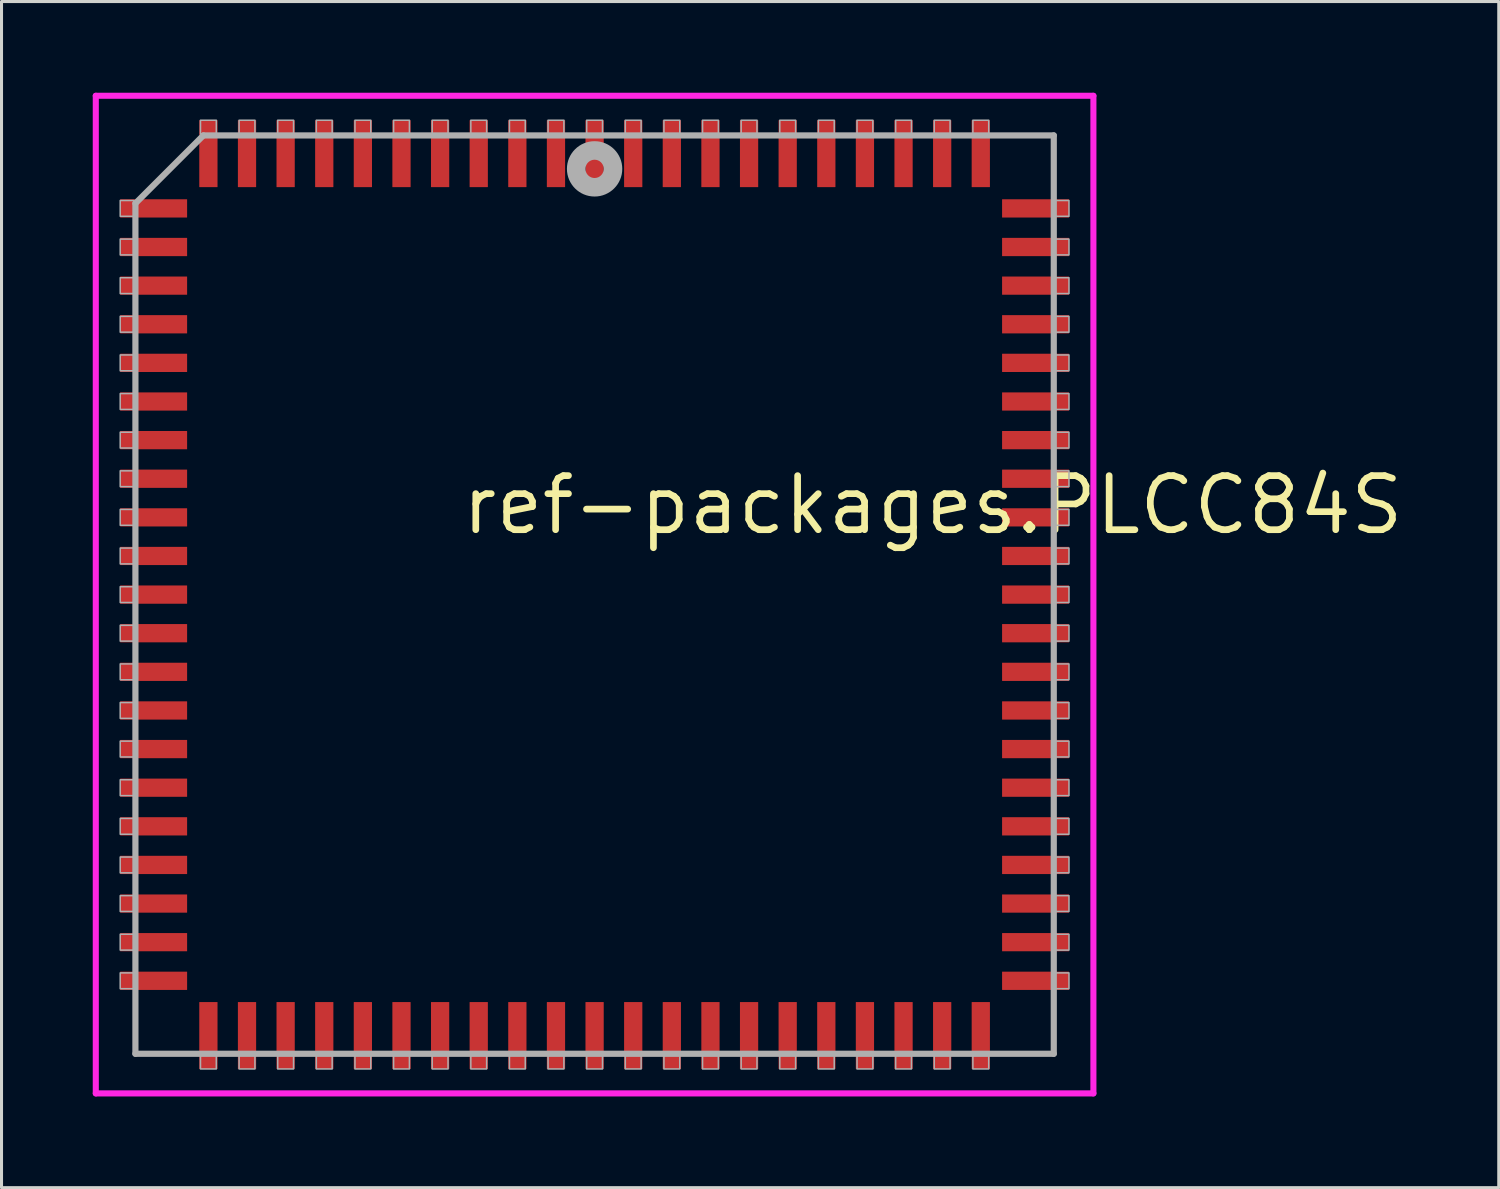
<source format=kicad_pcb>
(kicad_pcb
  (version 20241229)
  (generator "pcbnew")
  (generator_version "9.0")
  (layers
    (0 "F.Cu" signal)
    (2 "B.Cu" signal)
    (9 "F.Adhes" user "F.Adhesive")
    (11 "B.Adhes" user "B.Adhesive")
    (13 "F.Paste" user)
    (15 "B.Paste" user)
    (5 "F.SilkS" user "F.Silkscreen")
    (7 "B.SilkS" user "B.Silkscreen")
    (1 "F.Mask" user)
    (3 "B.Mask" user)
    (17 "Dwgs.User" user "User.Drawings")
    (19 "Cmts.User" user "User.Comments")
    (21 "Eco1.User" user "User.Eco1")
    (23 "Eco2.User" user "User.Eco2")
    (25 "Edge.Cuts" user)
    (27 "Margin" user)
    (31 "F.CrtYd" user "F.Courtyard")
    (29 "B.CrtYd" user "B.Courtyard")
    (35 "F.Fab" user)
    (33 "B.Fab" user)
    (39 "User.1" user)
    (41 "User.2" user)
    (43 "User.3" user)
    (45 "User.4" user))
  (footprint "ref-packages.PLCC84S"
    (layer "F.Cu")
    (at 16.503 16.503)
    (property "Reference" "ref-packages.PLCC84S" (at -4.475 -1.905 0) (layer "F.SilkS") (effects (font (size 1.778 1.778) (thickness 0.22)) (justify left bottom)))
    (attr smd)
    (fp_line (start -16.403 -16.403) (end 16.403 -16.403) (stroke (width 0.2) (type default)) (layer "F.CrtYd"))
    (fp_line (start -16.403 16.403) (end -16.403 -16.403) (stroke (width 0.2) (type default)) (layer "F.CrtYd"))
    (fp_line (start 16.403 -16.403) (end 16.403 16.403) (stroke (width 0.2) (type default)) (layer "F.CrtYd"))
    (fp_line (start 16.403 16.403) (end -16.403 16.403) (stroke (width 0.2) (type default)) (layer "F.CrtYd"))
    (fp_line (start -15.1 -12.865) (end -15.1 15.1) (stroke (width 0.203) (type default)) (layer "F.Fab"))
    (fp_line (start -15.1 15.1) (end 15.1 15.1) (stroke (width 0.203) (type default)) (layer "F.Fab"))
    (fp_line (start -12.865 -15.1) (end -15.1 -12.865) (stroke (width 0.203) (type default)) (layer "F.Fab"))
    (fp_line (start 15.1 -15.1) (end -12.865 -15.1) (stroke (width 0.203) (type default)) (layer "F.Fab"))
    (fp_line (start 15.1 15.1) (end 15.1 -15.1) (stroke (width 0.203) (type default)) (layer "F.Fab"))
    (fp_rect (start -15.6 -12.44) (end -15.15 -12.96) (stroke (width 0.05) (type default)) (fill no) (layer "F.Fab"))
    (fp_rect (start -15.6 -11.17) (end -15.15 -11.69) (stroke (width 0.05) (type default)) (fill no) (layer "F.Fab"))
    (fp_rect (start -15.6 -9.9) (end -15.15 -10.42) (stroke (width 0.05) (type default)) (fill no) (layer "F.Fab"))
    (fp_rect (start -15.6 -8.63) (end -15.15 -9.15) (stroke (width 0.05) (type default)) (fill no) (layer "F.Fab"))
    (fp_rect (start -15.6 -7.36) (end -15.15 -7.88) (stroke (width 0.05) (type default)) (fill no) (layer "F.Fab"))
    (fp_rect (start -15.6 -6.09) (end -15.15 -6.61) (stroke (width 0.05) (type default)) (fill no) (layer "F.Fab"))
    (fp_rect (start -15.6 -4.82) (end -15.15 -5.34) (stroke (width 0.05) (type default)) (fill no) (layer "F.Fab"))
    (fp_rect (start -15.6 -3.55) (end -15.15 -4.07) (stroke (width 0.05) (type default)) (fill no) (layer "F.Fab"))
    (fp_rect (start -15.6 -2.28) (end -15.15 -2.8) (stroke (width 0.05) (type default)) (fill no) (layer "F.Fab"))
    (fp_rect (start -15.6 -1.01) (end -15.15 -1.53) (stroke (width 0.05) (type default)) (fill no) (layer "F.Fab"))
    (fp_rect (start -15.6 0.26) (end -15.15 -0.26) (stroke (width 0.05) (type default)) (fill no) (layer "F.Fab"))
    (fp_rect (start -15.6 1.53) (end -15.15 1.01) (stroke (width 0.05) (type default)) (fill no) (layer "F.Fab"))
    (fp_rect (start -15.6 2.8) (end -15.15 2.28) (stroke (width 0.05) (type default)) (fill no) (layer "F.Fab"))
    (fp_rect (start -15.6 4.07) (end -15.15 3.55) (stroke (width 0.05) (type default)) (fill no) (layer "F.Fab"))
    (fp_rect (start -15.6 5.34) (end -15.15 4.82) (stroke (width 0.05) (type default)) (fill no) (layer "F.Fab"))
    (fp_rect (start -15.6 6.61) (end -15.15 6.09) (stroke (width 0.05) (type default)) (fill no) (layer "F.Fab"))
    (fp_rect (start -15.6 7.88) (end -15.15 7.36) (stroke (width 0.05) (type default)) (fill no) (layer "F.Fab"))
    (fp_rect (start -15.6 9.15) (end -15.15 8.63) (stroke (width 0.05) (type default)) (fill no) (layer "F.Fab"))
    (fp_rect (start -15.6 10.42) (end -15.15 9.9) (stroke (width 0.05) (type default)) (fill no) (layer "F.Fab"))
    (fp_rect (start -15.6 11.69) (end -15.15 11.17) (stroke (width 0.05) (type default)) (fill no) (layer "F.Fab"))
    (fp_rect (start -15.6 12.96) (end -15.15 12.44) (stroke (width 0.05) (type default)) (fill no) (layer "F.Fab"))
    (fp_rect (start -12.96 -15.15) (end -12.44 -15.6) (stroke (width 0.05) (type default)) (fill no) (layer "F.Fab"))
    (fp_rect (start -12.96 15.6) (end -12.44 15.15) (stroke (width 0.05) (type default)) (fill no) (layer "F.Fab"))
    (fp_rect (start -11.69 -15.15) (end -11.17 -15.6) (stroke (width 0.05) (type default)) (fill no) (layer "F.Fab"))
    (fp_rect (start -11.69 15.6) (end -11.17 15.15) (stroke (width 0.05) (type default)) (fill no) (layer "F.Fab"))
    (fp_rect (start -10.42 -15.15) (end -9.9 -15.6) (stroke (width 0.05) (type default)) (fill no) (layer "F.Fab"))
    (fp_rect (start -10.42 15.6) (end -9.9 15.15) (stroke (width 0.05) (type default)) (fill no) (layer "F.Fab"))
    (fp_rect (start -9.15 -15.15) (end -8.63 -15.6) (stroke (width 0.05) (type default)) (fill no) (layer "F.Fab"))
    (fp_rect (start -9.15 15.6) (end -8.63 15.15) (stroke (width 0.05) (type default)) (fill no) (layer "F.Fab"))
    (fp_rect (start -7.88 -15.15) (end -7.36 -15.6) (stroke (width 0.05) (type default)) (fill no) (layer "F.Fab"))
    (fp_rect (start -7.88 15.6) (end -7.36 15.15) (stroke (width 0.05) (type default)) (fill no) (layer "F.Fab"))
    (fp_rect (start -6.61 -15.15) (end -6.09 -15.6) (stroke (width 0.05) (type default)) (fill no) (layer "F.Fab"))
    (fp_rect (start -6.61 15.6) (end -6.09 15.15) (stroke (width 0.05) (type default)) (fill no) (layer "F.Fab"))
    (fp_rect (start -5.34 -15.15) (end -4.82 -15.6) (stroke (width 0.05) (type default)) (fill no) (layer "F.Fab"))
    (fp_rect (start -5.34 15.6) (end -4.82 15.15) (stroke (width 0.05) (type default)) (fill no) (layer "F.Fab"))
    (fp_rect (start -4.07 -15.15) (end -3.55 -15.6) (stroke (width 0.05) (type default)) (fill no) (layer "F.Fab"))
    (fp_rect (start -4.07 15.6) (end -3.55 15.15) (stroke (width 0.05) (type default)) (fill no) (layer "F.Fab"))
    (fp_rect (start -2.8 -15.15) (end -2.28 -15.6) (stroke (width 0.05) (type default)) (fill no) (layer "F.Fab"))
    (fp_rect (start -2.8 15.6) (end -2.28 15.15) (stroke (width 0.05) (type default)) (fill no) (layer "F.Fab"))
    (fp_rect (start -1.53 -15.15) (end -1.01 -15.6) (stroke (width 0.05) (type default)) (fill no) (layer "F.Fab"))
    (fp_rect (start -1.53 15.6) (end -1.01 15.15) (stroke (width 0.05) (type default)) (fill no) (layer "F.Fab"))
    (fp_rect (start -0.26 -15.15) (end 0.26 -15.6) (stroke (width 0.05) (type default)) (fill no) (layer "F.Fab"))
    (fp_rect (start -0.26 15.6) (end 0.26 15.15) (stroke (width 0.05) (type default)) (fill no) (layer "F.Fab"))
    (fp_rect (start 1.01 -15.15) (end 1.53 -15.6) (stroke (width 0.05) (type default)) (fill no) (layer "F.Fab"))
    (fp_rect (start 1.01 15.6) (end 1.53 15.15) (stroke (width 0.05) (type default)) (fill no) (layer "F.Fab"))
    (fp_rect (start 2.28 -15.15) (end 2.8 -15.6) (stroke (width 0.05) (type default)) (fill no) (layer "F.Fab"))
    (fp_rect (start 2.28 15.6) (end 2.8 15.15) (stroke (width 0.05) (type default)) (fill no) (layer "F.Fab"))
    (fp_rect (start 3.55 -15.15) (end 4.07 -15.6) (stroke (width 0.05) (type default)) (fill no) (layer "F.Fab"))
    (fp_rect (start 3.55 15.6) (end 4.07 15.15) (stroke (width 0.05) (type default)) (fill no) (layer "F.Fab"))
    (fp_rect (start 4.82 -15.15) (end 5.34 -15.6) (stroke (width 0.05) (type default)) (fill no) (layer "F.Fab"))
    (fp_rect (start 4.82 15.6) (end 5.34 15.15) (stroke (width 0.05) (type default)) (fill no) (layer "F.Fab"))
    (fp_rect (start 6.09 -15.15) (end 6.61 -15.6) (stroke (width 0.05) (type default)) (fill no) (layer "F.Fab"))
    (fp_rect (start 6.09 15.6) (end 6.61 15.15) (stroke (width 0.05) (type default)) (fill no) (layer "F.Fab"))
    (fp_rect (start 7.36 -15.15) (end 7.88 -15.6) (stroke (width 0.05) (type default)) (fill no) (layer "F.Fab"))
    (fp_rect (start 7.36 15.6) (end 7.88 15.15) (stroke (width 0.05) (type default)) (fill no) (layer "F.Fab"))
    (fp_rect (start 8.63 -15.15) (end 9.15 -15.6) (stroke (width 0.05) (type default)) (fill no) (layer "F.Fab"))
    (fp_rect (start 8.63 15.6) (end 9.15 15.15) (stroke (width 0.05) (type default)) (fill no) (layer "F.Fab"))
    (fp_rect (start 9.9 -15.15) (end 10.42 -15.6) (stroke (width 0.05) (type default)) (fill no) (layer "F.Fab"))
    (fp_rect (start 9.9 15.6) (end 10.42 15.15) (stroke (width 0.05) (type default)) (fill no) (layer "F.Fab"))
    (fp_rect (start 11.17 -15.15) (end 11.69 -15.6) (stroke (width 0.05) (type default)) (fill no) (layer "F.Fab"))
    (fp_rect (start 11.17 15.6) (end 11.69 15.15) (stroke (width 0.05) (type default)) (fill no) (layer "F.Fab"))
    (fp_rect (start 12.44 -15.15) (end 12.96 -15.6) (stroke (width 0.05) (type default)) (fill no) (layer "F.Fab"))
    (fp_rect (start 12.44 15.6) (end 12.96 15.15) (stroke (width 0.05) (type default)) (fill no) (layer "F.Fab"))
    (fp_rect (start 15.15 -12.44) (end 15.6 -12.96) (stroke (width 0.05) (type default)) (fill no) (layer "F.Fab"))
    (fp_rect (start 15.15 -11.17) (end 15.6 -11.69) (stroke (width 0.05) (type default)) (fill no) (layer "F.Fab"))
    (fp_rect (start 15.15 -9.9) (end 15.6 -10.42) (stroke (width 0.05) (type default)) (fill no) (layer "F.Fab"))
    (fp_rect (start 15.15 -8.63) (end 15.6 -9.15) (stroke (width 0.05) (type default)) (fill no) (layer "F.Fab"))
    (fp_rect (start 15.15 -7.36) (end 15.6 -7.88) (stroke (width 0.05) (type default)) (fill no) (layer "F.Fab"))
    (fp_rect (start 15.15 -6.09) (end 15.6 -6.61) (stroke (width 0.05) (type default)) (fill no) (layer "F.Fab"))
    (fp_rect (start 15.15 -4.82) (end 15.6 -5.34) (stroke (width 0.05) (type default)) (fill no) (layer "F.Fab"))
    (fp_rect (start 15.15 -3.55) (end 15.6 -4.07) (stroke (width 0.05) (type default)) (fill no) (layer "F.Fab"))
    (fp_rect (start 15.15 -2.28) (end 15.6 -2.8) (stroke (width 0.05) (type default)) (fill no) (layer "F.Fab"))
    (fp_rect (start 15.15 -1.01) (end 15.6 -1.53) (stroke (width 0.05) (type default)) (fill no) (layer "F.Fab"))
    (fp_rect (start 15.15 0.26) (end 15.6 -0.26) (stroke (width 0.05) (type default)) (fill no) (layer "F.Fab"))
    (fp_rect (start 15.15 1.53) (end 15.6 1.01) (stroke (width 0.05) (type default)) (fill no) (layer "F.Fab"))
    (fp_rect (start 15.15 2.8) (end 15.6 2.28) (stroke (width 0.05) (type default)) (fill no) (layer "F.Fab"))
    (fp_rect (start 15.15 4.07) (end 15.6 3.55) (stroke (width 0.05) (type default)) (fill no) (layer "F.Fab"))
    (fp_rect (start 15.15 5.34) (end 15.6 4.82) (stroke (width 0.05) (type default)) (fill no) (layer "F.Fab"))
    (fp_rect (start 15.15 6.61) (end 15.6 6.09) (stroke (width 0.05) (type default)) (fill no) (layer "F.Fab"))
    (fp_rect (start 15.15 7.88) (end 15.6 7.36) (stroke (width 0.05) (type default)) (fill no) (layer "F.Fab"))
    (fp_rect (start 15.15 9.15) (end 15.6 8.63) (stroke (width 0.05) (type default)) (fill no) (layer "F.Fab"))
    (fp_rect (start 15.15 10.42) (end 15.6 9.9) (stroke (width 0.05) (type default)) (fill no) (layer "F.Fab"))
    (fp_rect (start 15.15 11.69) (end 15.6 11.17) (stroke (width 0.05) (type default)) (fill no) (layer "F.Fab"))
    (fp_rect (start 15.15 12.96) (end 15.6 12.44) (stroke (width 0.05) (type default)) (fill no) (layer "F.Fab"))
    (fp_circle (center 0 -14) (end 0.3 -14) (stroke (width 0.61) (type default)) (fill no) (layer "F.Fab"))
    (pad "1" smd roundrect (at 0 -14.5) (size 0.6 2.2) (layers "F.Cu" "F.Mask" "F.Paste") (roundrect_rratio 0.01))
    (pad "2" smd roundrect (at -1.27 -14.5) (size 0.6 2.2) (layers "F.Cu" "F.Mask" "F.Paste") (roundrect_rratio 0.01))
    (pad "3" smd roundrect (at -2.54 -14.5) (size 0.6 2.2) (layers "F.Cu" "F.Mask" "F.Paste") (roundrect_rratio 0.01))
    (pad "4" smd roundrect (at -3.81 -14.5) (size 0.6 2.2) (layers "F.Cu" "F.Mask" "F.Paste") (roundrect_rratio 0.01))
    (pad "5" smd roundrect (at -5.08 -14.5) (size 0.6 2.2) (layers "F.Cu" "F.Mask" "F.Paste") (roundrect_rratio 0.01))
    (pad "6" smd roundrect (at -6.35 -14.5) (size 0.6 2.2) (layers "F.Cu" "F.Mask" "F.Paste") (roundrect_rratio 0.01))
    (pad "7" smd roundrect (at -7.62 -14.5) (size 0.6 2.2) (layers "F.Cu" "F.Mask" "F.Paste") (roundrect_rratio 0.01))
    (pad "8" smd roundrect (at -8.89 -14.5) (size 0.6 2.2) (layers "F.Cu" "F.Mask" "F.Paste") (roundrect_rratio 0.01))
    (pad "9" smd roundrect (at -10.16 -14.5) (size 0.6 2.2) (layers "F.Cu" "F.Mask" "F.Paste") (roundrect_rratio 0.01))
    (pad "10" smd roundrect (at -11.43 -14.5) (size 0.6 2.2) (layers "F.Cu" "F.Mask" "F.Paste") (roundrect_rratio 0.01))
    (pad "11" smd roundrect (at -12.7 -14.5) (size 0.6 2.2) (layers "F.Cu" "F.Mask" "F.Paste") (roundrect_rratio 0.01))
    (pad "12" smd roundrect (at -14.5 -12.7) (size 2.2 0.6) (layers "F.Cu" "F.Mask" "F.Paste") (roundrect_rratio 0.01))
    (pad "13" smd roundrect (at -14.5 -11.43) (size 2.2 0.6) (layers "F.Cu" "F.Mask" "F.Paste") (roundrect_rratio 0.01))
    (pad "14" smd roundrect (at -14.5 -10.16) (size 2.2 0.6) (layers "F.Cu" "F.Mask" "F.Paste") (roundrect_rratio 0.01))
    (pad "15" smd roundrect (at -14.5 -8.89) (size 2.2 0.6) (layers "F.Cu" "F.Mask" "F.Paste") (roundrect_rratio 0.01))
    (pad "16" smd roundrect (at -14.5 -7.62) (size 2.2 0.6) (layers "F.Cu" "F.Mask" "F.Paste") (roundrect_rratio 0.01))
    (pad "17" smd roundrect (at -14.5 -6.35) (size 2.2 0.6) (layers "F.Cu" "F.Mask" "F.Paste") (roundrect_rratio 0.01))
    (pad "18" smd roundrect (at -14.5 -5.08) (size 2.2 0.6) (layers "F.Cu" "F.Mask" "F.Paste") (roundrect_rratio 0.01))
    (pad "19" smd roundrect (at -14.5 -3.81) (size 2.2 0.6) (layers "F.Cu" "F.Mask" "F.Paste") (roundrect_rratio 0.01))
    (pad "20" smd roundrect (at -14.5 -2.54) (size 2.2 0.6) (layers "F.Cu" "F.Mask" "F.Paste") (roundrect_rratio 0.01))
    (pad "21" smd roundrect (at -14.5 -1.27) (size 2.2 0.6) (layers "F.Cu" "F.Mask" "F.Paste") (roundrect_rratio 0.01))
    (pad "22" smd roundrect (at -14.5 0) (size 2.2 0.6) (layers "F.Cu" "F.Mask" "F.Paste") (roundrect_rratio 0.01))
    (pad "23" smd roundrect (at -14.5 1.27) (size 2.2 0.6) (layers "F.Cu" "F.Mask" "F.Paste") (roundrect_rratio 0.01))
    (pad "24" smd roundrect (at -14.5 2.54) (size 2.2 0.6) (layers "F.Cu" "F.Mask" "F.Paste") (roundrect_rratio 0.01))
    (pad "25" smd roundrect (at -14.5 3.81) (size 2.2 0.6) (layers "F.Cu" "F.Mask" "F.Paste") (roundrect_rratio 0.01))
    (pad "26" smd roundrect (at -14.5 5.08) (size 2.2 0.6) (layers "F.Cu" "F.Mask" "F.Paste") (roundrect_rratio 0.01))
    (pad "27" smd roundrect (at -14.5 6.35) (size 2.2 0.6) (layers "F.Cu" "F.Mask" "F.Paste") (roundrect_rratio 0.01))
    (pad "28" smd roundrect (at -14.5 7.62) (size 2.2 0.6) (layers "F.Cu" "F.Mask" "F.Paste") (roundrect_rratio 0.01))
    (pad "29" smd roundrect (at -14.5 8.89) (size 2.2 0.6) (layers "F.Cu" "F.Mask" "F.Paste") (roundrect_rratio 0.01))
    (pad "30" smd roundrect (at -14.5 10.16) (size 2.2 0.6) (layers "F.Cu" "F.Mask" "F.Paste") (roundrect_rratio 0.01))
    (pad "31" smd roundrect (at -14.5 11.43) (size 2.2 0.6) (layers "F.Cu" "F.Mask" "F.Paste") (roundrect_rratio 0.01))
    (pad "32" smd roundrect (at -14.5 12.7) (size 2.2 0.6) (layers "F.Cu" "F.Mask" "F.Paste") (roundrect_rratio 0.01))
    (pad "33" smd roundrect (at -12.7 14.5) (size 0.6 2.2) (layers "F.Cu" "F.Mask" "F.Paste") (roundrect_rratio 0.01))
    (pad "34" smd roundrect (at -11.43 14.5) (size 0.6 2.2) (layers "F.Cu" "F.Mask" "F.Paste") (roundrect_rratio 0.01))
    (pad "35" smd roundrect (at -10.16 14.5) (size 0.6 2.2) (layers "F.Cu" "F.Mask" "F.Paste") (roundrect_rratio 0.01))
    (pad "36" smd roundrect (at -8.89 14.5) (size 0.6 2.2) (layers "F.Cu" "F.Mask" "F.Paste") (roundrect_rratio 0.01))
    (pad "37" smd roundrect (at -7.62 14.5) (size 0.6 2.2) (layers "F.Cu" "F.Mask" "F.Paste") (roundrect_rratio 0.01))
    (pad "38" smd roundrect (at -6.35 14.5) (size 0.6 2.2) (layers "F.Cu" "F.Mask" "F.Paste") (roundrect_rratio 0.01))
    (pad "39" smd roundrect (at -5.08 14.5) (size 0.6 2.2) (layers "F.Cu" "F.Mask" "F.Paste") (roundrect_rratio 0.01))
    (pad "40" smd roundrect (at -3.81 14.5) (size 0.6 2.2) (layers "F.Cu" "F.Mask" "F.Paste") (roundrect_rratio 0.01))
    (pad "41" smd roundrect (at -2.54 14.5) (size 0.6 2.2) (layers "F.Cu" "F.Mask" "F.Paste") (roundrect_rratio 0.01))
    (pad "42" smd roundrect (at -1.27 14.5) (size 0.6 2.2) (layers "F.Cu" "F.Mask" "F.Paste") (roundrect_rratio 0.01))
    (pad "43" smd roundrect (at 0 14.5) (size 0.6 2.2) (layers "F.Cu" "F.Mask" "F.Paste") (roundrect_rratio 0.01))
    (pad "44" smd roundrect (at 1.27 14.5) (size 0.6 2.2) (layers "F.Cu" "F.Mask" "F.Paste") (roundrect_rratio 0.01))
    (pad "45" smd roundrect (at 2.54 14.5) (size 0.6 2.2) (layers "F.Cu" "F.Mask" "F.Paste") (roundrect_rratio 0.01))
    (pad "46" smd roundrect (at 3.81 14.5) (size 0.6 2.2) (layers "F.Cu" "F.Mask" "F.Paste") (roundrect_rratio 0.01))
    (pad "47" smd roundrect (at 5.08 14.5) (size 0.6 2.2) (layers "F.Cu" "F.Mask" "F.Paste") (roundrect_rratio 0.01))
    (pad "48" smd roundrect (at 6.35 14.5) (size 0.6 2.2) (layers "F.Cu" "F.Mask" "F.Paste") (roundrect_rratio 0.01))
    (pad "49" smd roundrect (at 7.62 14.5) (size 0.6 2.2) (layers "F.Cu" "F.Mask" "F.Paste") (roundrect_rratio 0.01))
    (pad "50" smd roundrect (at 8.89 14.5) (size 0.6 2.2) (layers "F.Cu" "F.Mask" "F.Paste") (roundrect_rratio 0.01))
    (pad "51" smd roundrect (at 10.16 14.5) (size 0.6 2.2) (layers "F.Cu" "F.Mask" "F.Paste") (roundrect_rratio 0.01))
    (pad "52" smd roundrect (at 11.43 14.5) (size 0.6 2.2) (layers "F.Cu" "F.Mask" "F.Paste") (roundrect_rratio 0.01))
    (pad "53" smd roundrect (at 12.7 14.5) (size 0.6 2.2) (layers "F.Cu" "F.Mask" "F.Paste") (roundrect_rratio 0.01))
    (pad "54" smd roundrect (at 14.5 12.7) (size 2.2 0.6) (layers "F.Cu" "F.Mask" "F.Paste") (roundrect_rratio 0.01))
    (pad "55" smd roundrect (at 14.5 11.43) (size 2.2 0.6) (layers "F.Cu" "F.Mask" "F.Paste") (roundrect_rratio 0.01))
    (pad "56" smd roundrect (at 14.5 10.16) (size 2.2 0.6) (layers "F.Cu" "F.Mask" "F.Paste") (roundrect_rratio 0.01))
    (pad "57" smd roundrect (at 14.5 8.89) (size 2.2 0.6) (layers "F.Cu" "F.Mask" "F.Paste") (roundrect_rratio 0.01))
    (pad "58" smd roundrect (at 14.5 7.62) (size 2.2 0.6) (layers "F.Cu" "F.Mask" "F.Paste") (roundrect_rratio 0.01))
    (pad "59" smd roundrect (at 14.5 6.35) (size 2.2 0.6) (layers "F.Cu" "F.Mask" "F.Paste") (roundrect_rratio 0.01))
    (pad "60" smd roundrect (at 14.5 5.08) (size 2.2 0.6) (layers "F.Cu" "F.Mask" "F.Paste") (roundrect_rratio 0.01))
    (pad "61" smd roundrect (at 14.5 3.81) (size 2.2 0.6) (layers "F.Cu" "F.Mask" "F.Paste") (roundrect_rratio 0.01))
    (pad "62" smd roundrect (at 14.5 2.54) (size 2.2 0.6) (layers "F.Cu" "F.Mask" "F.Paste") (roundrect_rratio 0.01))
    (pad "63" smd roundrect (at 14.5 1.27) (size 2.2 0.6) (layers "F.Cu" "F.Mask" "F.Paste") (roundrect_rratio 0.01))
    (pad "64" smd roundrect (at 14.5 0) (size 2.2 0.6) (layers "F.Cu" "F.Mask" "F.Paste") (roundrect_rratio 0.01))
    (pad "65" smd roundrect (at 14.5 -1.27) (size 2.2 0.6) (layers "F.Cu" "F.Mask" "F.Paste") (roundrect_rratio 0.01))
    (pad "66" smd roundrect (at 14.5 -2.54) (size 2.2 0.6) (layers "F.Cu" "F.Mask" "F.Paste") (roundrect_rratio 0.01))
    (pad "67" smd roundrect (at 14.5 -3.81) (size 2.2 0.6) (layers "F.Cu" "F.Mask" "F.Paste") (roundrect_rratio 0.01))
    (pad "68" smd roundrect (at 14.5 -5.08) (size 2.2 0.6) (layers "F.Cu" "F.Mask" "F.Paste") (roundrect_rratio 0.01))
    (pad "69" smd roundrect (at 14.5 -6.35) (size 2.2 0.6) (layers "F.Cu" "F.Mask" "F.Paste") (roundrect_rratio 0.01))
    (pad "70" smd roundrect (at 14.5 -7.62) (size 2.2 0.6) (layers "F.Cu" "F.Mask" "F.Paste") (roundrect_rratio 0.01))
    (pad "71" smd roundrect (at 14.5 -8.89) (size 2.2 0.6) (layers "F.Cu" "F.Mask" "F.Paste") (roundrect_rratio 0.01))
    (pad "72" smd roundrect (at 14.5 -10.16) (size 2.2 0.6) (layers "F.Cu" "F.Mask" "F.Paste") (roundrect_rratio 0.01))
    (pad "73" smd roundrect (at 14.5 -11.43) (size 2.2 0.6) (layers "F.Cu" "F.Mask" "F.Paste") (roundrect_rratio 0.01))
    (pad "74" smd roundrect (at 14.5 -12.7) (size 2.2 0.6) (layers "F.Cu" "F.Mask" "F.Paste") (roundrect_rratio 0.01))
    (pad "75" smd roundrect (at 12.7 -14.5) (size 0.6 2.2) (layers "F.Cu" "F.Mask" "F.Paste") (roundrect_rratio 0.01))
    (pad "76" smd roundrect (at 11.43 -14.5) (size 0.6 2.2) (layers "F.Cu" "F.Mask" "F.Paste") (roundrect_rratio 0.01))
    (pad "77" smd roundrect (at 10.16 -14.5) (size 0.6 2.2) (layers "F.Cu" "F.Mask" "F.Paste") (roundrect_rratio 0.01))
    (pad "78" smd roundrect (at 8.89 -14.5) (size 0.6 2.2) (layers "F.Cu" "F.Mask" "F.Paste") (roundrect_rratio 0.01))
    (pad "79" smd roundrect (at 7.62 -14.5) (size 0.6 2.2) (layers "F.Cu" "F.Mask" "F.Paste") (roundrect_rratio 0.01))
    (pad "80" smd roundrect (at 6.35 -14.5) (size 0.6 2.2) (layers "F.Cu" "F.Mask" "F.Paste") (roundrect_rratio 0.01))
    (pad "81" smd roundrect (at 5.08 -14.5) (size 0.6 2.2) (layers "F.Cu" "F.Mask" "F.Paste") (roundrect_rratio 0.01))
    (pad "82" smd roundrect (at 3.81 -14.5) (size 0.6 2.2) (layers "F.Cu" "F.Mask" "F.Paste") (roundrect_rratio 0.01))
    (pad "83" smd roundrect (at 2.54 -14.5) (size 0.6 2.2) (layers "F.Cu" "F.Mask" "F.Paste") (roundrect_rratio 0.01))
    (pad "84" smd roundrect (at 1.27 -14.5) (size 0.6 2.2) (layers "F.Cu" "F.Mask" "F.Paste") (roundrect_rratio 0.01)))
  (gr_rect
    (start -3 -3)
    (end 46.236 36.006)
    (stroke (width 0.1) (type default))
    (fill no)
    (layer "Edge.Cuts")))
</source>
